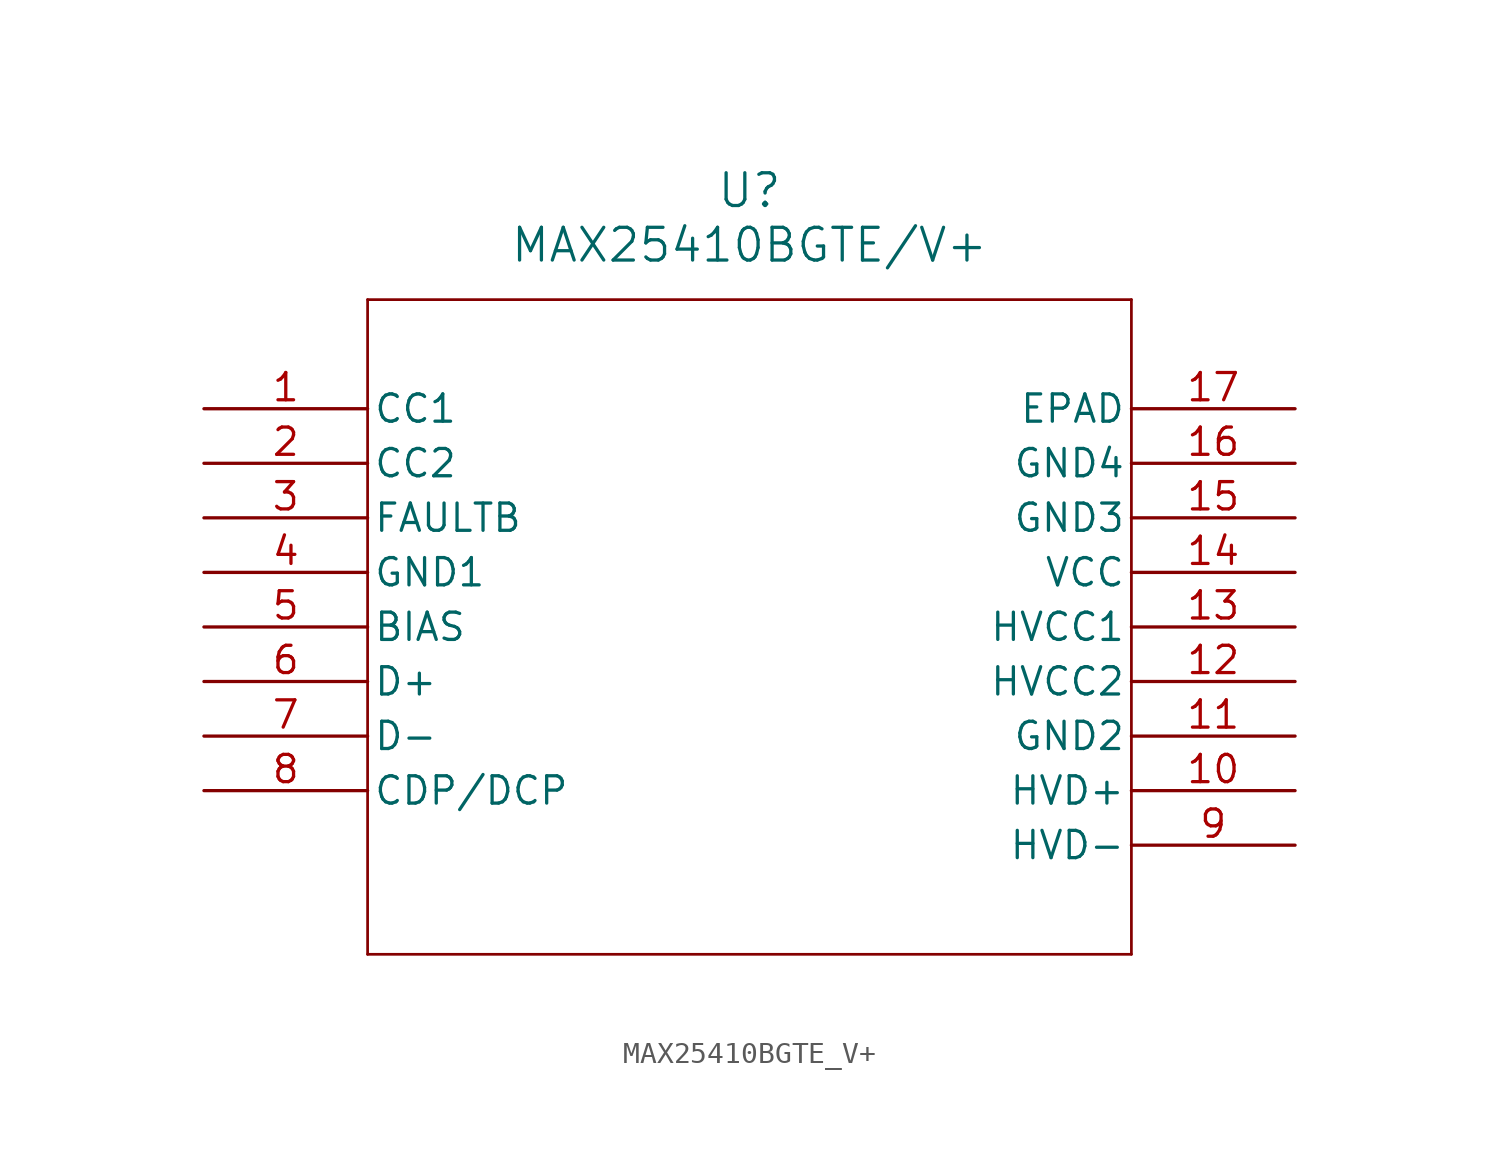
<source format=kicad_sym>
(kicad_symbol_lib
  (version 20211014)
  (generator kicad_symbol_editor)
  (symbol "MAX25410BGTE_V+"
    (pin_names
      (offset 0.254))
    (property "Reference" "U"
      (at 25.4 10.16 0)
      (effects (font (size 1.524 1.524))))
    (property "Value" "MAX25410BGTE/V+"
      (at 25.4 7.62 0)
      (effects (font (size 1.524 1.524))))
    (symbol "MAX25410BGTE_V+_0_1"
      (polyline (pts (xy 7.62 5.08) (xy 7.62 -25.4)) (stroke (width 0.127) (type default) (color 0 0 0 0)) (fill (type none)))
      (polyline (pts (xy 7.62 -25.4) (xy 43.18 -25.4)) (stroke (width 0.127) (type default) (color 0 0 0 0)) (fill (type none)))
      (polyline (pts (xy 43.18 -25.4) (xy 43.18 5.08)) (stroke (width 0.127) (type default) (color 0 0 0 0)) (fill (type none)))
      (polyline (pts (xy 43.18 5.08) (xy 7.62 5.08)) (stroke (width 0.127) (type default) (color 0 0 0 0)) (fill (type none)))
      (pin unspecified line (at 0 0 0) (length 7.62) (name "CC1" (effects (font (size 1.27 1.27)))) (number "1" (effects (font (size 1.27 1.27)))))
      (pin unspecified line (at 0 -2.54 0) (length 7.62) (name "CC2" (effects (font (size 1.27 1.27)))) (number "2" (effects (font (size 1.27 1.27)))))
      (pin output line (at 0 -5.08 0) (length 7.62) (name "FAULTB" (effects (font (size 1.27 1.27)))) (number "3" (effects (font (size 1.27 1.27)))))
      (pin power_out line (at 0 -7.62 0) (length 7.62) (name "GND1" (effects (font (size 1.27 1.27)))) (number "4" (effects (font (size 1.27 1.27)))))
      (pin output line (at 0 -10.16 0) (length 7.62) (name "BIAS" (effects (font (size 1.27 1.27)))) (number "5" (effects (font (size 1.27 1.27)))))
      (pin unspecified line (at 0 -12.7 0) (length 7.62) (name "D+" (effects (font (size 1.27 1.27)))) (number "6" (effects (font (size 1.27 1.27)))))
      (pin unspecified line (at 0 -15.24 0) (length 7.62) (name "D-" (effects (font (size 1.27 1.27)))) (number "7" (effects (font (size 1.27 1.27)))))
      (pin unspecified line (at 0 -17.78 0) (length 7.62) (name "CDP/DCP" (effects (font (size 1.27 1.27)))) (number "8" (effects (font (size 1.27 1.27)))))
      (pin unspecified line (at 50.8 -20.32 180) (length 7.62) (name "HVD-" (effects (font (size 1.27 1.27)))) (number "9" (effects (font (size 1.27 1.27)))))
      (pin unspecified line (at 50.8 -17.78 180) (length 7.62) (name "HVD+" (effects (font (size 1.27 1.27)))) (number "10" (effects (font (size 1.27 1.27)))))
      (pin power_out line (at 50.8 -15.24 180) (length 7.62) (name "GND2" (effects (font (size 1.27 1.27)))) (number "11" (effects (font (size 1.27 1.27)))))
      (pin power_in line (at 50.8 -12.7 180) (length 7.62) (name "HVCC2" (effects (font (size 1.27 1.27)))) (number "12" (effects (font (size 1.27 1.27)))))
      (pin power_in line (at 50.8 -10.16 180) (length 7.62) (name "HVCC1" (effects (font (size 1.27 1.27)))) (number "13" (effects (font (size 1.27 1.27)))))
      (pin power_in line (at 50.8 -7.62 180) (length 7.62) (name "VCC" (effects (font (size 1.27 1.27)))) (number "14" (effects (font (size 1.27 1.27)))))
      (pin power_out line (at 50.8 -5.08 180) (length 7.62) (name "GND3" (effects (font (size 1.27 1.27)))) (number "15" (effects (font (size 1.27 1.27)))))
      (pin power_out line (at 50.8 -2.54 180) (length 7.62) (name "GND4" (effects (font (size 1.27 1.27)))) (number "16" (effects (font (size 1.27 1.27)))))
      (pin unspecified line (at 50.8 0 180) (length 7.62) (name "EPAD" (effects (font (size 1.27 1.27)))) (number "17" (effects (font (size 1.27 1.27))))))))
</source>
